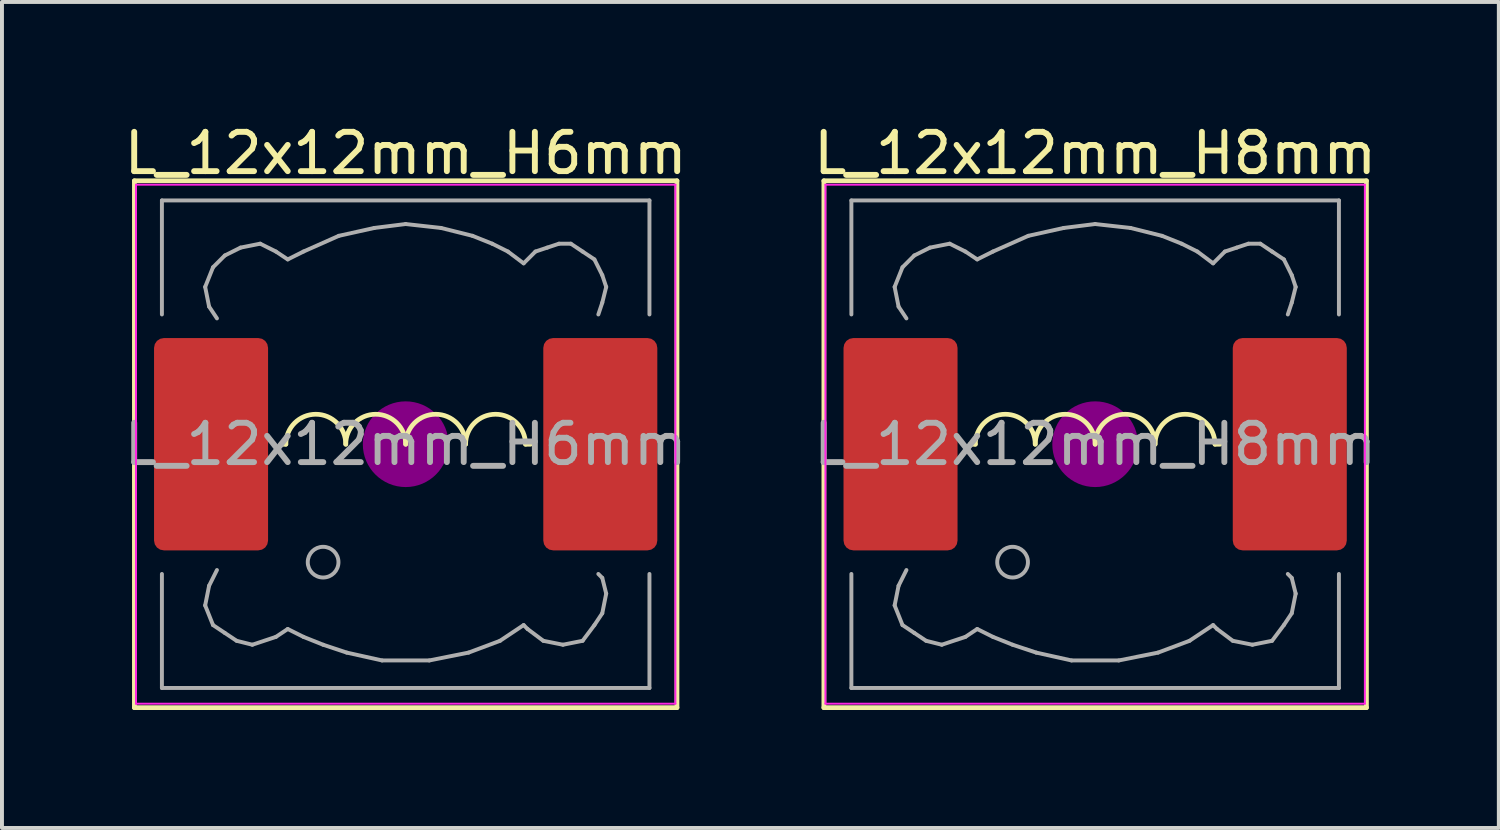
<source format=kicad_pcb>
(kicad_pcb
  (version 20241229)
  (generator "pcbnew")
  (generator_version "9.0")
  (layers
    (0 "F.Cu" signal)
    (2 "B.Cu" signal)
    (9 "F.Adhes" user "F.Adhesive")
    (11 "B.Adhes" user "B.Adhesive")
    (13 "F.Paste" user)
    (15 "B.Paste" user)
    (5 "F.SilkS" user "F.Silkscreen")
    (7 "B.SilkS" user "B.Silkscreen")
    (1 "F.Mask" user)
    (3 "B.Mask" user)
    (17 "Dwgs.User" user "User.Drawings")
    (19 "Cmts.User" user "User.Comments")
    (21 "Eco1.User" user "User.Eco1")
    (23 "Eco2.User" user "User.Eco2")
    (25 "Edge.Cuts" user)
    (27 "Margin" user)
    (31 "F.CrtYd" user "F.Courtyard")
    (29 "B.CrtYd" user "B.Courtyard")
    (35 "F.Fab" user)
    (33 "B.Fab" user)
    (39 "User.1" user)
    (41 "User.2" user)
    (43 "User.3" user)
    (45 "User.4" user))
  (footprint "L_12x12mm_H8mm"
    (layer "F.Cu")
    (at 24.804 8.248)
    (property "Reference" "L_12x12mm_H8mm" (at 0 -7.4 0) (layer "F.SilkS") (effects (font (size 1 1) (thickness 0.15))))
    (attr smd)
    (fp_line (start -6.9 -6.7) (end -6.9 6.7) (stroke (width 0.12) (type solid)) (layer "F.SilkS"))
    (fp_line (start -6.9 6.7) (end 6.9 6.7) (stroke (width 0.12) (type solid)) (layer "F.SilkS"))
    (fp_line (start -3.048 0) (end -3.175 0) (stroke (width 0.12) (type solid)) (layer "F.SilkS"))
    (fp_line (start 3.175 0) (end 3.048 0) (stroke (width 0.12) (type solid)) (layer "F.SilkS"))
    (fp_line (start 6.9 -6.7) (end -6.9 -6.7) (stroke (width 0.12) (type solid)) (layer "F.SilkS"))
    (fp_line (start 6.9 6.7) (end 6.9 -6.7) (stroke (width 0.12) (type solid)) (layer "F.SilkS"))
    (fp_arc (start -3.048 0) (mid -2.286 -0.762) (end -1.524 0) (stroke (width 0.12) (type solid)) (layer "F.SilkS"))
    (fp_arc (start -1.524 0) (mid -0.762 -0.762) (end 0 0) (stroke (width 0.12) (type solid)) (layer "F.SilkS"))
    (fp_arc (start 0 0) (mid 0.762 -0.762) (end 1.524 0) (stroke (width 0.12) (type solid)) (layer "F.SilkS"))
    (fp_arc (start 1.524 0) (mid 2.286 -0.762) (end 3.048 0) (stroke (width 0.12) (type solid)) (layer "F.SilkS"))
    (fp_circle (center 0 0) (end 0.15 0.15) (stroke (width 0.38) (type solid)) (fill no) (layer "F.Adhes"))
    (fp_circle (center 0 0) (end 0.55 0) (stroke (width 0.38) (type solid)) (fill no) (layer "F.Adhes"))
    (fp_circle (center 0 0) (end 0.9 0) (stroke (width 0.38) (type solid)) (fill no) (layer "F.Adhes"))
    (fp_line (start -6.86 -6.6) (end 6.86 -6.6) (stroke (width 0.05) (type solid)) (layer "F.CrtYd"))
    (fp_line (start -6.86 6.6) (end -6.86 -6.6) (stroke (width 0.05) (type solid)) (layer "F.CrtYd"))
    (fp_line (start 6.86 -6.6) (end 6.86 6.6) (stroke (width 0.05) (type solid)) (layer "F.CrtYd"))
    (fp_line (start 6.86 6.6) (end -6.86 6.6) (stroke (width 0.05) (type solid)) (layer "F.CrtYd"))
    (fp_line (start -6.2 -6.2) (end -6.2 -3.3) (stroke (width 0.1) (type solid)) (layer "F.Fab"))
    (fp_line (start -6.2 3.3) (end -6.2 6.2) (stroke (width 0.1) (type solid)) (layer "F.Fab"))
    (fp_line (start -6.2 6.2) (end 6.2 6.2) (stroke (width 0.1) (type solid)) (layer "F.Fab"))
    (fp_line (start -5.1 -4) (end -5 -3.5) (stroke (width 0.1) (type solid)) (layer "F.Fab"))
    (fp_line (start -5.1 4.1) (end -5 3.6) (stroke (width 0.1) (type solid)) (layer "F.Fab"))
    (fp_line (start -5 -3.5) (end -4.8 -3.2) (stroke (width 0.1) (type solid)) (layer "F.Fab"))
    (fp_line (start -5 3.6) (end -4.8 3.2) (stroke (width 0.1) (type solid)) (layer "F.Fab"))
    (fp_line (start -4.9 -4.5) (end -5.1 -4) (stroke (width 0.1) (type solid)) (layer "F.Fab"))
    (fp_line (start -4.9 4.6) (end -5.1 4.1) (stroke (width 0.1) (type solid)) (layer "F.Fab"))
    (fp_line (start -4.6 -4.8) (end -4.9 -4.5) (stroke (width 0.1) (type solid)) (layer "F.Fab"))
    (fp_line (start -4.6 4.8) (end -4.9 4.6) (stroke (width 0.1) (type solid)) (layer "F.Fab"))
    (fp_line (start -4.3 5) (end -4.6 4.8) (stroke (width 0.1) (type solid)) (layer "F.Fab"))
    (fp_line (start -4.2 -5) (end -4.6 -4.8) (stroke (width 0.1) (type solid)) (layer "F.Fab"))
    (fp_line (start -3.9 5.1) (end -4.3 5) (stroke (width 0.1) (type solid)) (layer "F.Fab"))
    (fp_line (start -3.7 -5.1) (end -4.2 -5) (stroke (width 0.1) (type solid)) (layer "F.Fab"))
    (fp_line (start -3.3 -4.9) (end -3.7 -5.1) (stroke (width 0.1) (type solid)) (layer "F.Fab"))
    (fp_line (start -3.3 4.9) (end -3.9 5.1) (stroke (width 0.1) (type solid)) (layer "F.Fab"))
    (fp_line (start -3 -4.7) (end -3.3 -4.9) (stroke (width 0.1) (type solid)) (layer "F.Fab"))
    (fp_line (start -3 4.7) (end -3.3 4.9) (stroke (width 0.1) (type solid)) (layer "F.Fab"))
    (fp_line (start -2.6 -4.9) (end -3 -4.7) (stroke (width 0.1) (type solid)) (layer "F.Fab"))
    (fp_line (start -2.6 4.9) (end -3 4.7) (stroke (width 0.1) (type solid)) (layer "F.Fab"))
    (fp_line (start -2.1 5.1) (end -2.6 4.9) (stroke (width 0.1) (type solid)) (layer "F.Fab"))
    (fp_line (start -1.7 -5.3) (end -2.6 -4.9) (stroke (width 0.1) (type solid)) (layer "F.Fab"))
    (fp_line (start -1.5 5.3) (end -2.1 5.1) (stroke (width 0.1) (type solid)) (layer "F.Fab"))
    (fp_line (start -0.8 -5.5) (end -1.7 -5.3) (stroke (width 0.1) (type solid)) (layer "F.Fab"))
    (fp_line (start -0.6 5.5) (end -1.5 5.3) (stroke (width 0.1) (type solid)) (layer "F.Fab"))
    (fp_line (start 0 -5.6) (end -0.8 -5.5) (stroke (width 0.1) (type solid)) (layer "F.Fab"))
    (fp_line (start 0.6 5.5) (end -0.6 5.5) (stroke (width 0.1) (type solid)) (layer "F.Fab"))
    (fp_line (start 0.9 -5.5) (end 0 -5.6) (stroke (width 0.1) (type solid)) (layer "F.Fab"))
    (fp_line (start 1.6 5.3) (end 0.6 5.5) (stroke (width 0.1) (type solid)) (layer "F.Fab"))
    (fp_line (start 1.7 -5.3) (end 0.9 -5.5) (stroke (width 0.1) (type solid)) (layer "F.Fab"))
    (fp_line (start 2.2 -5.1) (end 1.7 -5.3) (stroke (width 0.1) (type solid)) (layer "F.Fab"))
    (fp_line (start 2.4 5) (end 1.6 5.3) (stroke (width 0.1) (type solid)) (layer "F.Fab"))
    (fp_line (start 2.6 -4.9) (end 2.2 -5.1) (stroke (width 0.1) (type solid)) (layer "F.Fab"))
    (fp_line (start 3 -4.6) (end 2.6 -4.9) (stroke (width 0.1) (type solid)) (layer "F.Fab"))
    (fp_line (start 3 4.6) (end 2.4 5) (stroke (width 0.1) (type solid)) (layer "F.Fab"))
    (fp_line (start 3.1 4.7) (end 3 4.6) (stroke (width 0.1) (type solid)) (layer "F.Fab"))
    (fp_line (start 3.3 -4.9) (end 3 -4.6) (stroke (width 0.1) (type solid)) (layer "F.Fab"))
    (fp_line (start 3.5 5) (end 3.1 4.7) (stroke (width 0.1) (type solid)) (layer "F.Fab"))
    (fp_line (start 3.6 -5) (end 3.3 -4.9) (stroke (width 0.1) (type solid)) (layer "F.Fab"))
    (fp_line (start 3.9 -5.1) (end 3.6 -5) (stroke (width 0.1) (type solid)) (layer "F.Fab"))
    (fp_line (start 4 5.1) (end 3.5 5) (stroke (width 0.1) (type solid)) (layer "F.Fab"))
    (fp_line (start 4.2 -5.1) (end 3.9 -5.1) (stroke (width 0.1) (type solid)) (layer "F.Fab"))
    (fp_line (start 4.5 -4.9) (end 4.2 -5.1) (stroke (width 0.1) (type solid)) (layer "F.Fab"))
    (fp_line (start 4.5 5) (end 4 5.1) (stroke (width 0.1) (type solid)) (layer "F.Fab"))
    (fp_line (start 4.8 -4.7) (end 4.5 -4.9) (stroke (width 0.1) (type solid)) (layer "F.Fab"))
    (fp_line (start 4.8 4.6) (end 4.5 5) (stroke (width 0.1) (type solid)) (layer "F.Fab"))
    (fp_line (start 4.9 -3.3) (end 5 -3.6) (stroke (width 0.1) (type solid)) (layer "F.Fab"))
    (fp_line (start 4.9 3.3) (end 5 3.4) (stroke (width 0.1) (type solid)) (layer "F.Fab"))
    (fp_line (start 5 -4.3) (end 4.8 -4.7) (stroke (width 0.1) (type solid)) (layer "F.Fab"))
    (fp_line (start 5 -3.6) (end 5.1 -4) (stroke (width 0.1) (type solid)) (layer "F.Fab"))
    (fp_line (start 5 3.4) (end 5.1 3.8) (stroke (width 0.1) (type solid)) (layer "F.Fab"))
    (fp_line (start 5 4.3) (end 4.8 4.6) (stroke (width 0.1) (type solid)) (layer "F.Fab"))
    (fp_line (start 5.1 -4) (end 5 -4.3) (stroke (width 0.1) (type solid)) (layer "F.Fab"))
    (fp_line (start 5.1 3.8) (end 5 4.3) (stroke (width 0.1) (type solid)) (layer "F.Fab"))
    (fp_line (start 6.2 -6.2) (end -6.2 -6.2) (stroke (width 0.1) (type solid)) (layer "F.Fab"))
    (fp_line (start 6.2 -6.2) (end 6.2 -3.3) (stroke (width 0.1) (type solid)) (layer "F.Fab"))
    (fp_line (start 6.2 6.2) (end 6.2 3.3) (stroke (width 0.1) (type solid)) (layer "F.Fab"))
    (fp_circle (center -2.1 3) (end -1.8 3.25) (stroke (width 0.1) (type solid)) (fill no) (layer "F.Fab"))
    (fp_text user "${REFERENCE}" (at 0 0 0) (layer "F.Fab") (effects (font (size 1 1) (thickness 0.15))))
    (pad "1" smd roundrect (at -4.95 0) (size 2.9 5.4) (layers "F.Cu" "F.Mask" "F.Paste") (roundrect_rratio 0.086))
    (pad "2" smd roundrect (at 4.95 0) (size 2.9 5.4) (layers "F.Cu" "F.Mask" "F.Paste") (roundrect_rratio 0.086)))
  (footprint "L_12x12mm_H6mm"
    (layer "F.Cu")
    (at 7.268 8.248)
    (property "Reference" "L_12x12mm_H6mm" (at 0 -7.4 0) (layer "F.SilkS") (effects (font (size 1 1) (thickness 0.15))))
    (attr smd)
    (fp_line (start -6.9 -6.7) (end 6.9 -6.7) (stroke (width 0.12) (type solid)) (layer "F.SilkS"))
    (fp_line (start -6.9 0) (end -6.9 -6.7) (stroke (width 0.12) (type solid)) (layer "F.SilkS"))
    (fp_line (start -6.9 6.7) (end -6.9 0) (stroke (width 0.12) (type solid)) (layer "F.SilkS"))
    (fp_line (start -3.048 0) (end -3.175 0) (stroke (width 0.12) (type solid)) (layer "F.SilkS"))
    (fp_line (start 3.175 0) (end 3.048 0) (stroke (width 0.12) (type solid)) (layer "F.SilkS"))
    (fp_line (start 6.9 -6.7) (end 6.9 6.7) (stroke (width 0.12) (type solid)) (layer "F.SilkS"))
    (fp_line (start 6.9 6.7) (end -6.9 6.7) (stroke (width 0.12) (type solid)) (layer "F.SilkS"))
    (fp_arc (start -3.048 0) (mid -2.286 -0.762) (end -1.524 0) (stroke (width 0.12) (type solid)) (layer "F.SilkS"))
    (fp_arc (start -1.524 0) (mid -0.762 -0.762) (end 0 0) (stroke (width 0.12) (type solid)) (layer "F.SilkS"))
    (fp_arc (start 0 0) (mid 0.762 -0.762) (end 1.524 0) (stroke (width 0.12) (type solid)) (layer "F.SilkS"))
    (fp_arc (start 1.524 0) (mid 2.286 -0.762) (end 3.048 0) (stroke (width 0.12) (type solid)) (layer "F.SilkS"))
    (fp_circle (center 0 0) (end 0.15 0.15) (stroke (width 0.38) (type solid)) (fill no) (layer "F.Adhes"))
    (fp_circle (center 0 0) (end 0.55 0) (stroke (width 0.38) (type solid)) (fill no) (layer "F.Adhes"))
    (fp_circle (center 0 0) (end 0.9 0) (stroke (width 0.38) (type solid)) (fill no) (layer "F.Adhes"))
    (fp_line (start -6.86 -6.6) (end 6.86 -6.6) (stroke (width 0.05) (type solid)) (layer "F.CrtYd"))
    (fp_line (start -6.86 6.6) (end -6.86 -6.6) (stroke (width 0.05) (type solid)) (layer "F.CrtYd"))
    (fp_line (start 6.86 -6.6) (end 6.86 6.6) (stroke (width 0.05) (type solid)) (layer "F.CrtYd"))
    (fp_line (start 6.86 6.6) (end -6.86 6.6) (stroke (width 0.05) (type solid)) (layer "F.CrtYd"))
    (fp_line (start -6.2 -6.2) (end -6.2 -3.3) (stroke (width 0.1) (type solid)) (layer "F.Fab"))
    (fp_line (start -6.2 3.3) (end -6.2 6.2) (stroke (width 0.1) (type solid)) (layer "F.Fab"))
    (fp_line (start -6.2 6.2) (end 6.2 6.2) (stroke (width 0.1) (type solid)) (layer "F.Fab"))
    (fp_line (start -5.1 -4) (end -5 -3.5) (stroke (width 0.1) (type solid)) (layer "F.Fab"))
    (fp_line (start -5.1 4.1) (end -5 3.6) (stroke (width 0.1) (type solid)) (layer "F.Fab"))
    (fp_line (start -5 -3.5) (end -4.8 -3.2) (stroke (width 0.1) (type solid)) (layer "F.Fab"))
    (fp_line (start -5 3.6) (end -4.8 3.2) (stroke (width 0.1) (type solid)) (layer "F.Fab"))
    (fp_line (start -4.9 -4.5) (end -5.1 -4) (stroke (width 0.1) (type solid)) (layer "F.Fab"))
    (fp_line (start -4.9 4.6) (end -5.1 4.1) (stroke (width 0.1) (type solid)) (layer "F.Fab"))
    (fp_line (start -4.6 -4.8) (end -4.9 -4.5) (stroke (width 0.1) (type solid)) (layer "F.Fab"))
    (fp_line (start -4.6 4.8) (end -4.9 4.6) (stroke (width 0.1) (type solid)) (layer "F.Fab"))
    (fp_line (start -4.3 5) (end -4.6 4.8) (stroke (width 0.1) (type solid)) (layer "F.Fab"))
    (fp_line (start -4.2 -5) (end -4.6 -4.8) (stroke (width 0.1) (type solid)) (layer "F.Fab"))
    (fp_line (start -3.9 5.1) (end -4.3 5) (stroke (width 0.1) (type solid)) (layer "F.Fab"))
    (fp_line (start -3.7 -5.1) (end -4.2 -5) (stroke (width 0.1) (type solid)) (layer "F.Fab"))
    (fp_line (start -3.3 -4.9) (end -3.7 -5.1) (stroke (width 0.1) (type solid)) (layer "F.Fab"))
    (fp_line (start -3.3 4.9) (end -3.9 5.1) (stroke (width 0.1) (type solid)) (layer "F.Fab"))
    (fp_line (start -3 -4.7) (end -3.3 -4.9) (stroke (width 0.1) (type solid)) (layer "F.Fab"))
    (fp_line (start -3 4.7) (end -3.3 4.9) (stroke (width 0.1) (type solid)) (layer "F.Fab"))
    (fp_line (start -2.6 -4.9) (end -3 -4.7) (stroke (width 0.1) (type solid)) (layer "F.Fab"))
    (fp_line (start -2.6 4.9) (end -3 4.7) (stroke (width 0.1) (type solid)) (layer "F.Fab"))
    (fp_line (start -2.1 5.1) (end -2.6 4.9) (stroke (width 0.1) (type solid)) (layer "F.Fab"))
    (fp_line (start -1.7 -5.3) (end -2.6 -4.9) (stroke (width 0.1) (type solid)) (layer "F.Fab"))
    (fp_line (start -1.5 5.3) (end -2.1 5.1) (stroke (width 0.1) (type solid)) (layer "F.Fab"))
    (fp_line (start -0.8 -5.5) (end -1.7 -5.3) (stroke (width 0.1) (type solid)) (layer "F.Fab"))
    (fp_line (start -0.6 5.5) (end -1.5 5.3) (stroke (width 0.1) (type solid)) (layer "F.Fab"))
    (fp_line (start 0 -5.6) (end -0.8 -5.5) (stroke (width 0.1) (type solid)) (layer "F.Fab"))
    (fp_line (start 0.6 5.5) (end -0.6 5.5) (stroke (width 0.1) (type solid)) (layer "F.Fab"))
    (fp_line (start 0.9 -5.5) (end 0 -5.6) (stroke (width 0.1) (type solid)) (layer "F.Fab"))
    (fp_line (start 1.6 5.3) (end 0.6 5.5) (stroke (width 0.1) (type solid)) (layer "F.Fab"))
    (fp_line (start 1.7 -5.3) (end 0.9 -5.5) (stroke (width 0.1) (type solid)) (layer "F.Fab"))
    (fp_line (start 2.2 -5.1) (end 1.7 -5.3) (stroke (width 0.1) (type solid)) (layer "F.Fab"))
    (fp_line (start 2.4 5) (end 1.6 5.3) (stroke (width 0.1) (type solid)) (layer "F.Fab"))
    (fp_line (start 2.6 -4.9) (end 2.2 -5.1) (stroke (width 0.1) (type solid)) (layer "F.Fab"))
    (fp_line (start 3 -4.6) (end 2.6 -4.9) (stroke (width 0.1) (type solid)) (layer "F.Fab"))
    (fp_line (start 3 4.6) (end 2.4 5) (stroke (width 0.1) (type solid)) (layer "F.Fab"))
    (fp_line (start 3.1 4.7) (end 3 4.6) (stroke (width 0.1) (type solid)) (layer "F.Fab"))
    (fp_line (start 3.3 -4.9) (end 3 -4.6) (stroke (width 0.1) (type solid)) (layer "F.Fab"))
    (fp_line (start 3.5 5) (end 3.1 4.7) (stroke (width 0.1) (type solid)) (layer "F.Fab"))
    (fp_line (start 3.6 -5) (end 3.3 -4.9) (stroke (width 0.1) (type solid)) (layer "F.Fab"))
    (fp_line (start 3.9 -5.1) (end 3.6 -5) (stroke (width 0.1) (type solid)) (layer "F.Fab"))
    (fp_line (start 4 5.1) (end 3.5 5) (stroke (width 0.1) (type solid)) (layer "F.Fab"))
    (fp_line (start 4.2 -5.1) (end 3.9 -5.1) (stroke (width 0.1) (type solid)) (layer "F.Fab"))
    (fp_line (start 4.5 -4.9) (end 4.2 -5.1) (stroke (width 0.1) (type solid)) (layer "F.Fab"))
    (fp_line (start 4.5 5) (end 4 5.1) (stroke (width 0.1) (type solid)) (layer "F.Fab"))
    (fp_line (start 4.8 -4.7) (end 4.5 -4.9) (stroke (width 0.1) (type solid)) (layer "F.Fab"))
    (fp_line (start 4.8 4.6) (end 4.5 5) (stroke (width 0.1) (type solid)) (layer "F.Fab"))
    (fp_line (start 4.9 -3.3) (end 5 -3.6) (stroke (width 0.1) (type solid)) (layer "F.Fab"))
    (fp_line (start 4.9 3.3) (end 5 3.4) (stroke (width 0.1) (type solid)) (layer "F.Fab"))
    (fp_line (start 5 -4.3) (end 4.8 -4.7) (stroke (width 0.1) (type solid)) (layer "F.Fab"))
    (fp_line (start 5 -3.6) (end 5.1 -4) (stroke (width 0.1) (type solid)) (layer "F.Fab"))
    (fp_line (start 5 3.4) (end 5.1 3.8) (stroke (width 0.1) (type solid)) (layer "F.Fab"))
    (fp_line (start 5 4.3) (end 4.8 4.6) (stroke (width 0.1) (type solid)) (layer "F.Fab"))
    (fp_line (start 5.1 -4) (end 5 -4.3) (stroke (width 0.1) (type solid)) (layer "F.Fab"))
    (fp_line (start 5.1 3.8) (end 5 4.3) (stroke (width 0.1) (type solid)) (layer "F.Fab"))
    (fp_line (start 6.2 -6.2) (end -6.2 -6.2) (stroke (width 0.1) (type solid)) (layer "F.Fab"))
    (fp_line (start 6.2 -6.2) (end 6.2 -3.3) (stroke (width 0.1) (type solid)) (layer "F.Fab"))
    (fp_line (start 6.2 6.2) (end 6.2 3.3) (stroke (width 0.1) (type solid)) (layer "F.Fab"))
    (fp_circle (center -2.1 3) (end -1.8 3.25) (stroke (width 0.1) (type solid)) (fill no) (layer "F.Fab"))
    (fp_text user "${REFERENCE}" (at 0 0 0) (layer "F.Fab") (effects (font (size 1 1) (thickness 0.15))))
    (pad "1" smd roundrect (at -4.95 0) (size 2.9 5.4) (layers "F.Cu" "F.Mask" "F.Paste") (roundrect_rratio 0.086))
    (pad "2" smd roundrect (at 4.95 0) (size 2.9 5.4) (layers "F.Cu" "F.Mask" "F.Paste") (roundrect_rratio 0.086)))
  (gr_rect
    (start -3 -3)
    (end 35.071 18.008)
    (stroke (width 0.1) (type default))
    (fill no)
    (layer "Edge.Cuts")))
</source>
